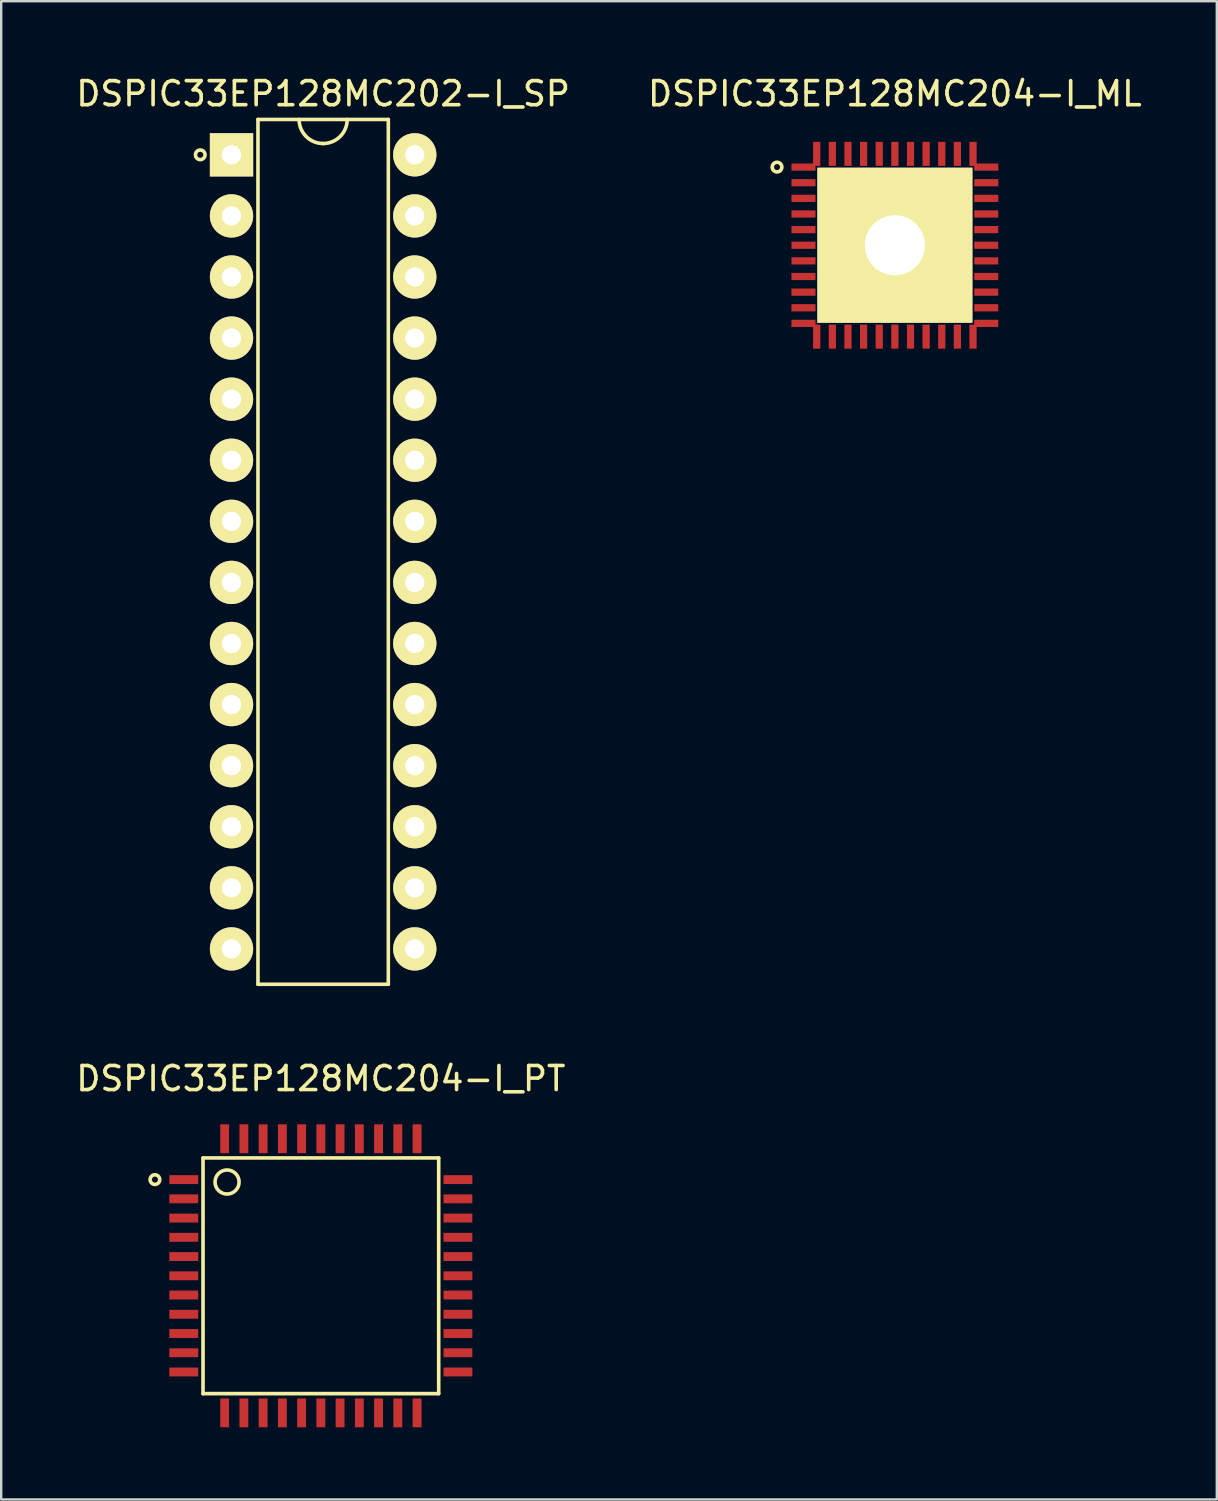
<source format=kicad_pcb>
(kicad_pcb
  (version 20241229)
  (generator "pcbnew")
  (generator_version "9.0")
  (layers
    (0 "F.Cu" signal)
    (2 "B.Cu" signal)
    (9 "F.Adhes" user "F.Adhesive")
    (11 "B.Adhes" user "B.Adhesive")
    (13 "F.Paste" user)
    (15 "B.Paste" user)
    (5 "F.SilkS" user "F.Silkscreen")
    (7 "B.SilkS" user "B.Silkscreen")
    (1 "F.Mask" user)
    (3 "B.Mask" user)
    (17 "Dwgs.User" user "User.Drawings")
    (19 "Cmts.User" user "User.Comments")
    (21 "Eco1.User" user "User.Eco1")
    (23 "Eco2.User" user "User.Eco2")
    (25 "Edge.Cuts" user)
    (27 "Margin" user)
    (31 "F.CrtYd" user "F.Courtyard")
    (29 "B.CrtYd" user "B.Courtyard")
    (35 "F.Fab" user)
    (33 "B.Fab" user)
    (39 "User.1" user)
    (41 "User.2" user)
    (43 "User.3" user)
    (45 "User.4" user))
  (footprint "DSPIC33EP128MC204-I_ML"
    (layer "F.Cu")
    (at 30.361 3.348)
    (property "Reference" "DSPIC33EP128MC204-I_ML" (at 3.8 -2.5 0) (layer "F.SilkS") (effects (font (size 1 1) (thickness 0.15))))
    (attr through_hole)
    (fp_line (start 0.7 0.7) (end 0.7 6.9) (stroke (width 0.15) (type solid)) (layer "F.SilkS"))
    (fp_line (start 0.7 0.7) (end 6.9 0.7) (stroke (width 0.15) (type solid)) (layer "F.SilkS"))
    (fp_line (start 0.7 6.9) (end 6.9 6.9) (stroke (width 0.15) (type solid)) (layer "F.SilkS"))
    (fp_line (start 6.9 6.9) (end 6.9 0.7) (stroke (width 0.15) (type solid)) (layer "F.SilkS"))
    (fp_circle (center -1.1 0.55) (end -1.1 0.35) (stroke (width 0.15) (type solid)) (fill no) (layer "F.SilkS"))
    (fp_circle (center 1.7 1.7) (end 1.7 1.2) (stroke (width 0.15) (type solid)) (fill no) (layer "F.SilkS"))
    (pad "1" smd rect (at 0 0.55) (size 1 0.3) (layers "F.Cu" "F.Mask" "F.Paste"))
    (pad "2" smd rect (at 0 1.2) (size 1 0.3) (layers "F.Cu" "F.Mask" "F.Paste"))
    (pad "3" smd rect (at 0 1.85) (size 1 0.3) (layers "F.Cu" "F.Mask" "F.Paste"))
    (pad "4" smd rect (at 0 2.5) (size 1 0.3) (layers "F.Cu" "F.Mask" "F.Paste"))
    (pad "5" smd rect (at 0 3.15) (size 1 0.3) (layers "F.Cu" "F.Mask" "F.Paste"))
    (pad "6" smd rect (at 0 3.8) (size 1 0.3) (layers "F.Cu" "F.Mask" "F.Paste"))
    (pad "7" smd rect (at 0 4.45) (size 1 0.3) (layers "F.Cu" "F.Mask" "F.Paste"))
    (pad "8" smd rect (at 0 5.1) (size 1 0.3) (layers "F.Cu" "F.Mask" "F.Paste"))
    (pad "9" smd rect (at 0 5.75) (size 1 0.3) (layers "F.Cu" "F.Mask" "F.Paste"))
    (pad "10" smd rect (at 0 6.4) (size 1 0.3) (layers "F.Cu" "F.Mask" "F.Paste"))
    (pad "11" smd rect (at 0 7.05) (size 1 0.3) (layers "F.Cu" "F.Mask" "F.Paste"))
    (pad "12" smd rect (at 0.55 7.6) (size 0.3 1) (layers "F.Cu" "F.Mask" "F.Paste"))
    (pad "13" smd rect (at 1.2 7.6) (size 0.3 1) (layers "F.Cu" "F.Mask" "F.Paste"))
    (pad "14" smd rect (at 1.85 7.6) (size 0.3 1) (layers "F.Cu" "F.Mask" "F.Paste"))
    (pad "15" smd rect (at 2.5 7.6) (size 0.3 1) (layers "F.Cu" "F.Mask" "F.Paste"))
    (pad "16" smd rect (at 3.15 7.6) (size 0.3 1) (layers "F.Cu" "F.Mask" "F.Paste"))
    (pad "17" smd rect (at 3.8 7.6) (size 0.3 1) (layers "F.Cu" "F.Mask" "F.Paste"))
    (pad "18" smd rect (at 4.45 7.6) (size 0.3 1) (layers "F.Cu" "F.Mask" "F.Paste"))
    (pad "19" smd rect (at 5.1 7.6) (size 0.3 1) (layers "F.Cu" "F.Mask" "F.Paste"))
    (pad "20" smd rect (at 5.75 7.6) (size 0.3 1) (layers "F.Cu" "F.Mask" "F.Paste"))
    (pad "21" smd rect (at 6.4 7.6) (size 0.3 1) (layers "F.Cu" "F.Mask" "F.Paste"))
    (pad "22" smd rect (at 7.05 7.6) (size 0.3 1) (layers "F.Cu" "F.Mask" "F.Paste"))
    (pad "23" smd rect (at 7.6 7.05) (size 1 0.3) (layers "F.Cu" "F.Mask" "F.Paste"))
    (pad "24" smd rect (at 7.6 6.4) (size 1 0.3) (layers "F.Cu" "F.Mask" "F.Paste"))
    (pad "25" smd rect (at 7.6 5.75) (size 1 0.3) (layers "F.Cu" "F.Mask" "F.Paste"))
    (pad "26" smd rect (at 7.6 5.1) (size 1 0.3) (layers "F.Cu" "F.Mask" "F.Paste"))
    (pad "27" smd rect (at 7.6 4.45) (size 1 0.3) (layers "F.Cu" "F.Mask" "F.Paste"))
    (pad "28" smd rect (at 7.6 3.8) (size 1 0.3) (layers "F.Cu" "F.Mask" "F.Paste"))
    (pad "29" smd rect (at 7.6 3.15) (size 1 0.3) (layers "F.Cu" "F.Mask" "F.Paste"))
    (pad "30" smd rect (at 7.6 2.5) (size 1 0.3) (layers "F.Cu" "F.Mask" "F.Paste"))
    (pad "31" smd rect (at 7.6 1.85) (size 1 0.3) (layers "F.Cu" "F.Mask" "F.Paste"))
    (pad "32" smd rect (at 7.6 1.2) (size 1 0.3) (layers "F.Cu" "F.Mask" "F.Paste"))
    (pad "33" smd rect (at 7.6 0.55) (size 1 0.3) (layers "F.Cu" "F.Mask" "F.Paste"))
    (pad "34" smd rect (at 7.05 0) (size 0.3 1) (layers "F.Cu" "F.Mask" "F.Paste"))
    (pad "35" smd rect (at 6.4 0) (size 0.3 1) (layers "F.Cu" "F.Mask" "F.Paste"))
    (pad "36" smd rect (at 5.75 0) (size 0.3 1) (layers "F.Cu" "F.Mask" "F.Paste"))
    (pad "37" smd rect (at 5.1 0) (size 0.3 1) (layers "F.Cu" "F.Mask" "F.Paste"))
    (pad "38" smd rect (at 4.45 0) (size 0.3 1) (layers "F.Cu" "F.Mask" "F.Paste"))
    (pad "39" smd rect (at 3.8 0) (size 0.3 1) (layers "F.Cu" "F.Mask" "F.Paste"))
    (pad "40" smd rect (at 3.15 0) (size 0.3 1) (layers "F.Cu" "F.Mask" "F.Paste"))
    (pad "41" smd rect (at 2.5 0) (size 0.3 1) (layers "F.Cu" "F.Mask" "F.Paste"))
    (pad "42" smd rect (at 1.85 0) (size 0.3 1) (layers "F.Cu" "F.Mask" "F.Paste"))
    (pad "43" smd rect (at 1.2 0) (size 0.3 1) (layers "F.Cu" "F.Mask" "F.Paste"))
    (pad "44" smd rect (at 0.55 0) (size 0.3 1) (layers "F.Cu" "F.Mask" "F.Paste"))
    (pad "999" thru_hole rect (at 3.8 3.8) (size 6.45 6.45) (drill 2.5) (layers "*.Cu" "*.Mask" "F.SilkS")))
  (footprint "DSPIC33EP128MC204-I_PT"
    (layer "F.Cu")
    (at 4.592 44.301)
    (property "Reference" "DSPIC33EP128MC204-I_PT" (at 5.7 -2.5 0) (layer "F.SilkS") (effects (font (size 1 1) (thickness 0.15))))
    (attr through_hole)
    (fp_line (start 0.8 0.8) (end 0.8 10.6) (stroke (width 0.15) (type solid)) (layer "F.SilkS"))
    (fp_line (start 0.8 0.8) (end 10.6 0.8) (stroke (width 0.15) (type solid)) (layer "F.SilkS"))
    (fp_line (start 0.8 10.6) (end 10.6 10.6) (stroke (width 0.15) (type solid)) (layer "F.SilkS"))
    (fp_line (start 10.6 10.6) (end 10.6 0.8) (stroke (width 0.15) (type solid)) (layer "F.SilkS"))
    (fp_circle (center -1.2 1.7) (end -1.2 1.5) (stroke (width 0.15) (type solid)) (fill no) (layer "F.SilkS"))
    (fp_circle (center 1.8 1.8) (end 1.8 1.3) (stroke (width 0.15) (type solid)) (fill no) (layer "F.SilkS"))
    (pad "1" smd rect (at 0 1.7) (size 1.2 0.37) (layers "F.Cu" "F.Mask" "F.Paste"))
    (pad "2" smd rect (at 0 2.5) (size 1.2 0.37) (layers "F.Cu" "F.Mask" "F.Paste"))
    (pad "3" smd rect (at 0 3.3) (size 1.2 0.37) (layers "F.Cu" "F.Mask" "F.Paste"))
    (pad "4" smd rect (at 0 4.1) (size 1.2 0.37) (layers "F.Cu" "F.Mask" "F.Paste"))
    (pad "5" smd rect (at 0 4.9) (size 1.2 0.37) (layers "F.Cu" "F.Mask" "F.Paste"))
    (pad "6" smd rect (at 0 5.7) (size 1.2 0.37) (layers "F.Cu" "F.Mask" "F.Paste"))
    (pad "7" smd rect (at 0 6.5) (size 1.2 0.37) (layers "F.Cu" "F.Mask" "F.Paste"))
    (pad "8" smd rect (at 0 7.3) (size 1.2 0.37) (layers "F.Cu" "F.Mask" "F.Paste"))
    (pad "9" smd rect (at 0 8.1) (size 1.2 0.37) (layers "F.Cu" "F.Mask" "F.Paste"))
    (pad "10" smd rect (at 0 8.9) (size 1.2 0.37) (layers "F.Cu" "F.Mask" "F.Paste"))
    (pad "11" smd rect (at 0 9.7) (size 1.2 0.37) (layers "F.Cu" "F.Mask" "F.Paste"))
    (pad "12" smd rect (at 1.7 11.4) (size 0.37 1.2) (layers "F.Cu" "F.Mask" "F.Paste"))
    (pad "13" smd rect (at 2.5 11.4) (size 0.37 1.2) (layers "F.Cu" "F.Mask" "F.Paste"))
    (pad "14" smd rect (at 3.3 11.4) (size 0.37 1.2) (layers "F.Cu" "F.Mask" "F.Paste"))
    (pad "15" smd rect (at 4.1 11.4) (size 0.37 1.2) (layers "F.Cu" "F.Mask" "F.Paste"))
    (pad "16" smd rect (at 4.9 11.4) (size 0.37 1.2) (layers "F.Cu" "F.Mask" "F.Paste"))
    (pad "17" smd rect (at 5.7 11.4) (size 0.37 1.2) (layers "F.Cu" "F.Mask" "F.Paste"))
    (pad "18" smd rect (at 6.5 11.4) (size 0.37 1.2) (layers "F.Cu" "F.Mask" "F.Paste"))
    (pad "19" smd rect (at 7.3 11.4) (size 0.37 1.2) (layers "F.Cu" "F.Mask" "F.Paste"))
    (pad "20" smd rect (at 8.1 11.4) (size 0.37 1.2) (layers "F.Cu" "F.Mask" "F.Paste"))
    (pad "21" smd rect (at 8.9 11.4) (size 0.37 1.2) (layers "F.Cu" "F.Mask" "F.Paste"))
    (pad "22" smd rect (at 9.7 11.4) (size 0.37 1.2) (layers "F.Cu" "F.Mask" "F.Paste"))
    (pad "23" smd rect (at 11.4 9.7) (size 1.2 0.37) (layers "F.Cu" "F.Mask" "F.Paste"))
    (pad "24" smd rect (at 11.4 8.9) (size 1.2 0.37) (layers "F.Cu" "F.Mask" "F.Paste"))
    (pad "25" smd rect (at 11.4 8.1) (size 1.2 0.37) (layers "F.Cu" "F.Mask" "F.Paste"))
    (pad "26" smd rect (at 11.4 7.3) (size 1.2 0.37) (layers "F.Cu" "F.Mask" "F.Paste"))
    (pad "27" smd rect (at 11.4 6.5) (size 1.2 0.37) (layers "F.Cu" "F.Mask" "F.Paste"))
    (pad "28" smd rect (at 11.4 5.7) (size 1.2 0.37) (layers "F.Cu" "F.Mask" "F.Paste"))
    (pad "29" smd rect (at 11.4 4.9) (size 1.2 0.37) (layers "F.Cu" "F.Mask" "F.Paste"))
    (pad "30" smd rect (at 11.4 4.1) (size 1.2 0.37) (layers "F.Cu" "F.Mask" "F.Paste"))
    (pad "31" smd rect (at 11.4 3.3) (size 1.2 0.37) (layers "F.Cu" "F.Mask" "F.Paste"))
    (pad "32" smd rect (at 11.4 2.5) (size 1.2 0.37) (layers "F.Cu" "F.Mask" "F.Paste"))
    (pad "33" smd rect (at 11.4 1.7) (size 1.2 0.37) (layers "F.Cu" "F.Mask" "F.Paste"))
    (pad "34" smd rect (at 9.7 0) (size 0.37 1.2) (layers "F.Cu" "F.Mask" "F.Paste"))
    (pad "35" smd rect (at 8.9 0) (size 0.37 1.2) (layers "F.Cu" "F.Mask" "F.Paste"))
    (pad "36" smd rect (at 8.1 0) (size 0.37 1.2) (layers "F.Cu" "F.Mask" "F.Paste"))
    (pad "37" smd rect (at 7.3 0) (size 0.37 1.2) (layers "F.Cu" "F.Mask" "F.Paste"))
    (pad "38" smd rect (at 6.5 0) (size 0.37 1.2) (layers "F.Cu" "F.Mask" "F.Paste"))
    (pad "39" smd rect (at 5.7 0) (size 0.37 1.2) (layers "F.Cu" "F.Mask" "F.Paste"))
    (pad "40" smd rect (at 4.9 0) (size 0.37 1.2) (layers "F.Cu" "F.Mask" "F.Paste"))
    (pad "41" smd rect (at 4.1 0) (size 0.37 1.2) (layers "F.Cu" "F.Mask" "F.Paste"))
    (pad "42" smd rect (at 3.3 0) (size 0.37 1.2) (layers "F.Cu" "F.Mask" "F.Paste"))
    (pad "43" smd rect (at 2.5 0) (size 0.37 1.2) (layers "F.Cu" "F.Mask" "F.Paste"))
    (pad "44" smd rect (at 1.7 0) (size 0.37 1.2) (layers "F.Cu" "F.Mask" "F.Paste")))
  (footprint "DSPIC33EP128MC202-I_SP"
    (layer "F.Cu")
    (at 6.577 3.388)
    (property "Reference" "DSPIC33EP128MC202-I_SP" (at 3.81 -2.54 0) (layer "F.SilkS") (effects (font (size 1 1) (thickness 0.15))))
    (attr through_hole)
    (fp_line (start 1.1 -1.47) (end 6.52 -1.47) (stroke (width 0.15) (type solid)) (layer "F.SilkS"))
    (fp_line (start 1.1 34.49) (end 1.1 -1.47) (stroke (width 0.15) (type solid)) (layer "F.SilkS"))
    (fp_line (start 6.52 -1.47) (end 6.52 34.49) (stroke (width 0.15) (type solid)) (layer "F.SilkS"))
    (fp_line (start 6.52 34.49) (end 1.1 34.49) (stroke (width 0.15) (type solid)) (layer "F.SilkS"))
    (fp_arc (start 3.81 -0.47) (mid 3.102893 -0.762893) (end 2.81 -1.47) (stroke (width 0.15) (type solid)) (layer "F.SilkS"))
    (fp_arc (start 4.81 -1.47) (mid 4.517107 -0.762893) (end 3.81 -0.47) (stroke (width 0.15) (type solid)) (layer "F.SilkS"))
    (fp_circle (center -1.3 0) (end -1.3 0.2) (stroke (width 0.15) (type solid)) (fill no) (layer "F.SilkS"))
    (pad "1" thru_hole rect (at 0 0) (size 1.8 1.8) (drill 0.8) (layers "*.Cu" "*.Mask" "F.SilkS"))
    (pad "2" thru_hole circle (at 0 2.54) (size 1.8 1.8) (drill 0.8) (layers "*.Cu" "*.Mask" "F.SilkS"))
    (pad "3" thru_hole circle (at 0 5.08) (size 1.8 1.8) (drill 0.8) (layers "*.Cu" "*.Mask" "F.SilkS"))
    (pad "4" thru_hole circle (at 0 7.62) (size 1.8 1.8) (drill 0.8) (layers "*.Cu" "*.Mask" "F.SilkS"))
    (pad "5" thru_hole circle (at 0 10.16) (size 1.8 1.8) (drill 0.8) (layers "*.Cu" "*.Mask" "F.SilkS"))
    (pad "6" thru_hole circle (at 0 12.7) (size 1.8 1.8) (drill 0.8) (layers "*.Cu" "*.Mask" "F.SilkS"))
    (pad "7" thru_hole circle (at 0 15.24) (size 1.8 1.8) (drill 0.8) (layers "*.Cu" "*.Mask" "F.SilkS"))
    (pad "8" thru_hole circle (at 0 17.78) (size 1.8 1.8) (drill 0.8) (layers "*.Cu" "*.Mask" "F.SilkS"))
    (pad "9" thru_hole circle (at 0 20.32) (size 1.8 1.8) (drill 0.8) (layers "*.Cu" "*.Mask" "F.SilkS"))
    (pad "10" thru_hole circle (at 0 22.86) (size 1.8 1.8) (drill 0.8) (layers "*.Cu" "*.Mask" "F.SilkS"))
    (pad "11" thru_hole circle (at 0 25.4) (size 1.8 1.8) (drill 0.8) (layers "*.Cu" "*.Mask" "F.SilkS"))
    (pad "12" thru_hole circle (at 0 27.94) (size 1.8 1.8) (drill 0.8) (layers "*.Cu" "*.Mask" "F.SilkS"))
    (pad "13" thru_hole circle (at 0 30.48) (size 1.8 1.8) (drill 0.8) (layers "*.Cu" "*.Mask" "F.SilkS"))
    (pad "14" thru_hole circle (at 0 33.02) (size 1.8 1.8) (drill 0.8) (layers "*.Cu" "*.Mask" "F.SilkS"))
    (pad "15" thru_hole circle (at 7.62 33.02) (size 1.8 1.8) (drill 0.8) (layers "*.Cu" "*.Mask" "F.SilkS"))
    (pad "16" thru_hole circle (at 7.62 30.48) (size 1.8 1.8) (drill 0.8) (layers "*.Cu" "*.Mask" "F.SilkS"))
    (pad "17" thru_hole circle (at 7.62 27.94) (size 1.8 1.8) (drill 0.8) (layers "*.Cu" "*.Mask" "F.SilkS"))
    (pad "18" thru_hole circle (at 7.62 25.4) (size 1.8 1.8) (drill 0.8) (layers "*.Cu" "*.Mask" "F.SilkS"))
    (pad "19" thru_hole circle (at 7.62 22.86) (size 1.8 1.8) (drill 0.8) (layers "*.Cu" "*.Mask" "F.SilkS"))
    (pad "20" thru_hole circle (at 7.62 20.32) (size 1.8 1.8) (drill 0.8) (layers "*.Cu" "*.Mask" "F.SilkS"))
    (pad "21" thru_hole circle (at 7.62 17.78) (size 1.8 1.8) (drill 0.8) (layers "*.Cu" "*.Mask" "F.SilkS"))
    (pad "22" thru_hole circle (at 7.62 15.24) (size 1.8 1.8) (drill 0.8) (layers "*.Cu" "*.Mask" "F.SilkS"))
    (pad "23" thru_hole circle (at 7.62 12.7) (size 1.8 1.8) (drill 0.8) (layers "*.Cu" "*.Mask" "F.SilkS"))
    (pad "24" thru_hole circle (at 7.62 10.16) (size 1.8 1.8) (drill 0.8) (layers "*.Cu" "*.Mask" "F.SilkS"))
    (pad "25" thru_hole circle (at 7.62 7.62) (size 1.8 1.8) (drill 0.8) (layers "*.Cu" "*.Mask" "F.SilkS"))
    (pad "26" thru_hole circle (at 7.62 5.08) (size 1.8 1.8) (drill 0.8) (layers "*.Cu" "*.Mask" "F.SilkS"))
    (pad "27" thru_hole circle (at 7.62 2.54) (size 1.8 1.8) (drill 0.8) (layers "*.Cu" "*.Mask" "F.SilkS"))
    (pad "28" thru_hole circle (at 7.62 0) (size 1.8 1.8) (drill 0.8) (layers "*.Cu" "*.Mask" "F.SilkS")))
  (gr_rect
    (start -3 -3)
    (end 47.548 59.301)
    (stroke (width 0.1) (type default))
    (fill no)
    (layer "Edge.Cuts")))
</source>
